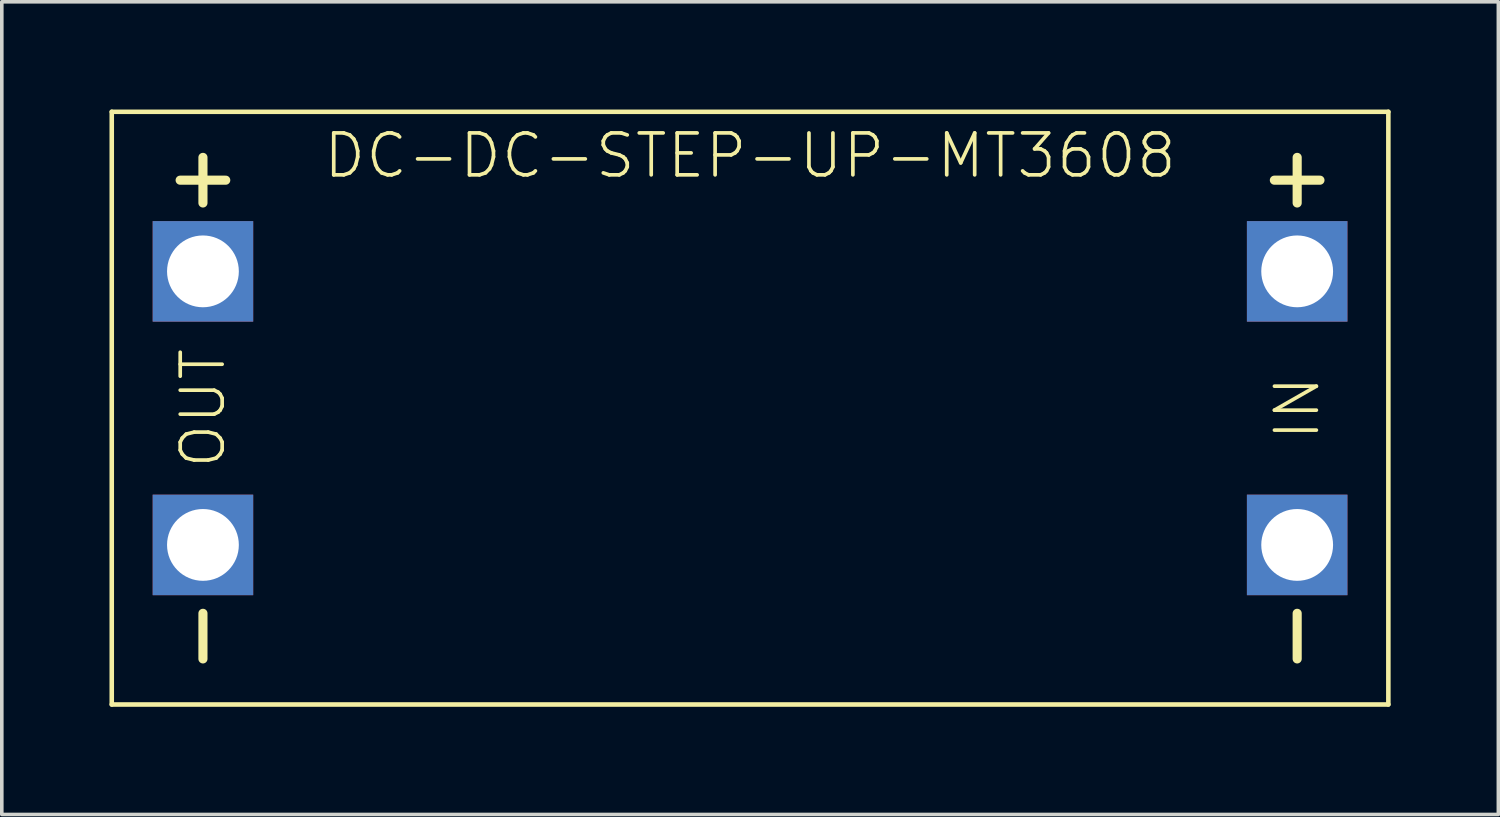
<source format=kicad_pcb>
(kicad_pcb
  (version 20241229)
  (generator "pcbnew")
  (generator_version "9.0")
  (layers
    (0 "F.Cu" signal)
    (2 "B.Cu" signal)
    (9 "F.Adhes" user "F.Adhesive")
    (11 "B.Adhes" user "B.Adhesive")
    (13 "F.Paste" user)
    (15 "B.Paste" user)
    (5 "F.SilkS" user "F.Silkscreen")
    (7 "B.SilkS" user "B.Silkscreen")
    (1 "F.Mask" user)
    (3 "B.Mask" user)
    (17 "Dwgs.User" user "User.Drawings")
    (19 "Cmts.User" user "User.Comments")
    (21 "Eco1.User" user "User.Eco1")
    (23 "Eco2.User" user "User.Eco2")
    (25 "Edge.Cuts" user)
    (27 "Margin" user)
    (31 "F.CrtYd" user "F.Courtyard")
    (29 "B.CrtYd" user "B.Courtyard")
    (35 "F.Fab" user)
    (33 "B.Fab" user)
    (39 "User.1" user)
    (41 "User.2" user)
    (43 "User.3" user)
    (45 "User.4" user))
  (footprint "DC-DC-STEP-UP-MT3608"
    (layer "F.Cu")
    (at 17.843 8.319)
    (property "Reference" "DC-DC-STEP-UP-MT3608" (at 0 -6.35 0) (layer "F.SilkS") (effects (font (size 1.168 1.168) (thickness 0.102)) (justify bottom)))
    (fp_line (start -17.78 -8.255) (end 17.78 -8.255) (stroke (width 0.127) (type solid)) (layer "F.SilkS"))
    (fp_line (start -17.78 8.255) (end -17.78 -8.255) (stroke (width 0.127) (type solid)) (layer "F.SilkS"))
    (fp_line (start -15.875 -6.35) (end -14.605 -6.35) (stroke (width 0.254) (type solid)) (layer "F.SilkS"))
    (fp_line (start -15.24 -5.715) (end -15.24 -6.985) (stroke (width 0.254) (type solid)) (layer "F.SilkS"))
    (fp_line (start -15.24 5.715) (end -15.24 6.985) (stroke (width 0.254) (type solid)) (layer "F.SilkS"))
    (fp_line (start 14.605 -6.35) (end 15.875 -6.35) (stroke (width 0.254) (type solid)) (layer "F.SilkS"))
    (fp_line (start 15.24 -5.715) (end 15.24 -6.985) (stroke (width 0.254) (type solid)) (layer "F.SilkS"))
    (fp_line (start 15.24 5.715) (end 15.24 6.985) (stroke (width 0.254) (type solid)) (layer "F.SilkS"))
    (fp_line (start 17.78 -8.255) (end 17.78 8.255) (stroke (width 0.127) (type solid)) (layer "F.SilkS"))
    (fp_line (start 17.78 8.255) (end -17.78 8.255) (stroke (width 0.127) (type solid)) (layer "F.SilkS"))
    (fp_text user "IN" (at 15.24 0 90) (layer "F.SilkS") (effects (font (size 1.168 1.168) (thickness 0.102))))
    (fp_text user "OUT" (at -15.24 0 90) (layer "F.SilkS") (effects (font (size 1.168 1.168) (thickness 0.102))))
    (pad "IN+" thru_hole rect (at 15.24 -3.81) (size 2.8 2.8) (drill 2) (layers "*.Cu" "*.Mask"))
    (pad "IN-" thru_hole rect (at 15.24 3.81) (size 2.8 2.8) (drill 2) (layers "*.Cu" "*.Mask"))
    (pad "OUT+" thru_hole rect (at -15.24 -3.81) (size 2.8 2.8) (drill 2) (layers "*.Cu" "*.Mask"))
    (pad "OUT-" thru_hole rect (at -15.24 3.81) (size 2.8 2.8) (drill 2) (layers "*.Cu" "*.Mask")))
  (gr_rect
    (start -3 -3)
    (end 38.687 19.637)
    (stroke (width 0.1) (type default))
    (fill no)
    (layer "Edge.Cuts")))
</source>
